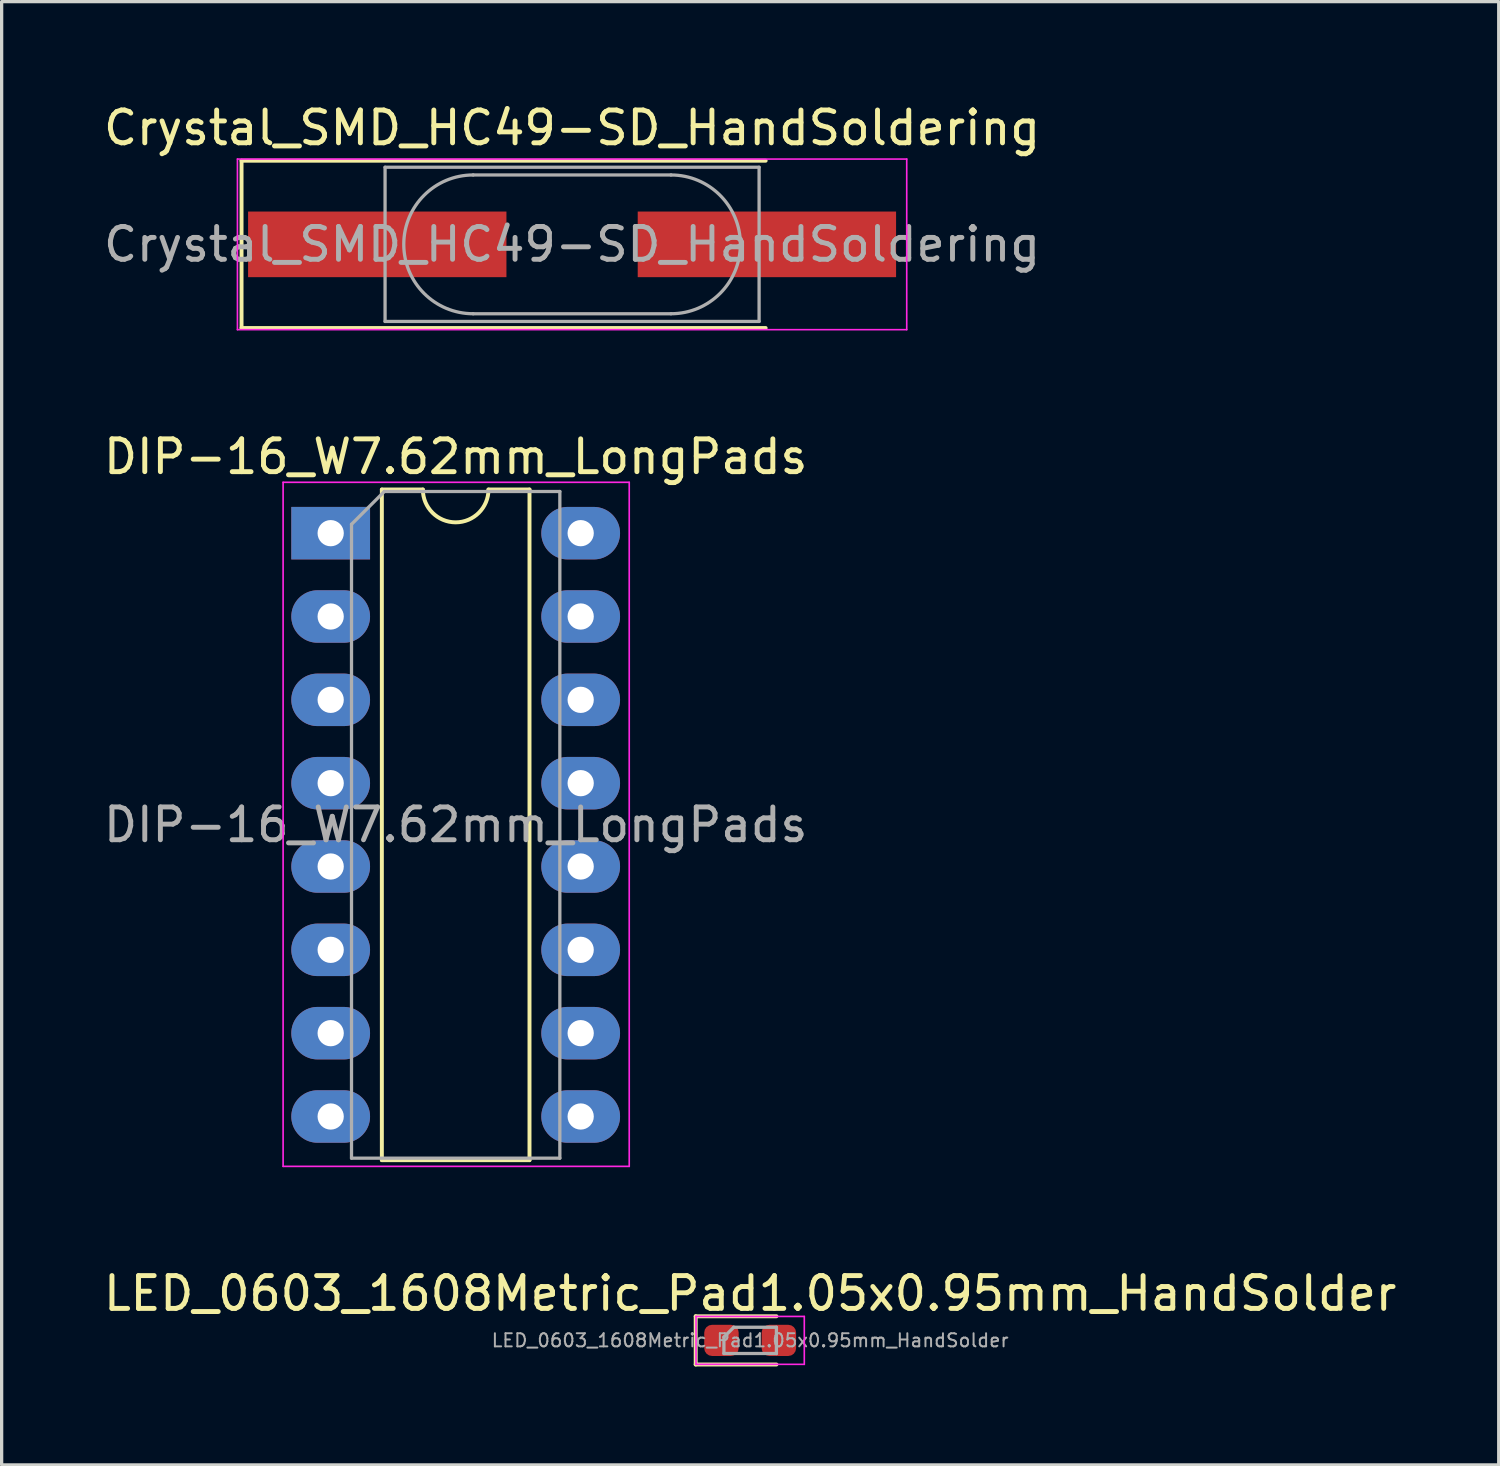
<source format=kicad_pcb>
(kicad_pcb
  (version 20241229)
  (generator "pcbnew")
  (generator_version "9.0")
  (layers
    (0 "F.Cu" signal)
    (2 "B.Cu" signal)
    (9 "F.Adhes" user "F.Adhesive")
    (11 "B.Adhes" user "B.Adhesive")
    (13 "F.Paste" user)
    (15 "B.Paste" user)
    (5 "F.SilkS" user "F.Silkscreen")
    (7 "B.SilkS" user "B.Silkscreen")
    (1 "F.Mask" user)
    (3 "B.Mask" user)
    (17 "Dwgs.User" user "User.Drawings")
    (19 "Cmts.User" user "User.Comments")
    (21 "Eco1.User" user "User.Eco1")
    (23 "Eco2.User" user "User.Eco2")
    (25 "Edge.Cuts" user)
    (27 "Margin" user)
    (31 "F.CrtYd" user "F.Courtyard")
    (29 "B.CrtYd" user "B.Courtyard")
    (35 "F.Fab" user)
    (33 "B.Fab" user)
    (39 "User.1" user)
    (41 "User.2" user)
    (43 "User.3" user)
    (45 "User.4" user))
  (footprint "Crystal_SMD_HC49-SD_HandSoldering"
    (layer "F.Cu")
    (at 14.387 4.398)
    (property "Reference" "Crystal_SMD_HC49-SD_HandSoldering" (at 0 -3.55 0) (layer "F.SilkS") (effects (font (size 1 1) (thickness 0.15))))
    (attr smd)
    (fp_line (start -10.075 -2.55) (end -10.075 2.55) (stroke (width 0.12) (type solid)) (layer "F.SilkS"))
    (fp_line (start -10.075 2.55) (end 5.9 2.55) (stroke (width 0.12) (type solid)) (layer "F.SilkS"))
    (fp_line (start 5.9 -2.55) (end -10.075 -2.55) (stroke (width 0.12) (type solid)) (layer "F.SilkS"))
    (fp_line (start -10.2 -2.6) (end -10.2 2.6) (stroke (width 0.05) (type solid)) (layer "F.CrtYd"))
    (fp_line (start -10.2 2.6) (end 10.2 2.6) (stroke (width 0.05) (type solid)) (layer "F.CrtYd"))
    (fp_line (start 10.2 -2.6) (end -10.2 -2.6) (stroke (width 0.05) (type solid)) (layer "F.CrtYd"))
    (fp_line (start 10.2 2.6) (end 10.2 -2.6) (stroke (width 0.05) (type solid)) (layer "F.CrtYd"))
    (fp_line (start -5.7 -2.35) (end -5.7 2.35) (stroke (width 0.1) (type solid)) (layer "F.Fab"))
    (fp_line (start -5.7 2.35) (end 5.7 2.35) (stroke (width 0.1) (type solid)) (layer "F.Fab"))
    (fp_line (start -3.015 -2.115) (end 3.015 -2.115) (stroke (width 0.1) (type solid)) (layer "F.Fab"))
    (fp_line (start -3.015 2.115) (end 3.015 2.115) (stroke (width 0.1) (type solid)) (layer "F.Fab"))
    (fp_line (start 5.7 -2.35) (end -5.7 -2.35) (stroke (width 0.1) (type solid)) (layer "F.Fab"))
    (fp_line (start 5.7 2.35) (end 5.7 -2.35) (stroke (width 0.1) (type solid)) (layer "F.Fab"))
    (fp_arc (start -3.015 2.115) (mid -5.13 0) (end -3.015 -2.115) (stroke (width 0.1) (type solid)) (layer "F.Fab"))
    (fp_arc (start 3.015 -2.115) (mid 5.13 0) (end 3.015 2.115) (stroke (width 0.1) (type solid)) (layer "F.Fab"))
    (fp_text user "${REFERENCE}" (at 0 0 0) (layer "F.Fab") (effects (font (size 1 1) (thickness 0.15))))
    (pad "1" smd rect (at -5.938 0) (size 7.875 2) (layers "F.Cu" "F.Mask" "F.Paste"))
    (pad "2" smd rect (at 5.938 0) (size 7.875 2) (layers "F.Cu" "F.Mask" "F.Paste")))
  (footprint "LED_0603_1608Metric_Pad1.05x0.95mm_HandSolder"
    (layer "F.Cu")
    (at 19.815 37.805)
    (property "Reference" "LED_0603_1608Metric_Pad1.05x0.95mm_HandSolder" (at 0 -1.43 0) (layer "F.SilkS") (effects (font (size 1 1) (thickness 0.15))))
    (attr smd)
    (fp_line (start -1.66 -0.735) (end -1.66 0.735) (stroke (width 0.12) (type solid)) (layer "F.SilkS"))
    (fp_line (start -1.66 0.735) (end 0.8 0.735) (stroke (width 0.12) (type solid)) (layer "F.SilkS"))
    (fp_line (start 0.8 -0.735) (end -1.66 -0.735) (stroke (width 0.12) (type solid)) (layer "F.SilkS"))
    (fp_line (start -1.65 -0.73) (end 1.65 -0.73) (stroke (width 0.05) (type solid)) (layer "F.CrtYd"))
    (fp_line (start -1.65 0.73) (end -1.65 -0.73) (stroke (width 0.05) (type solid)) (layer "F.CrtYd"))
    (fp_line (start 1.65 -0.73) (end 1.65 0.73) (stroke (width 0.05) (type solid)) (layer "F.CrtYd"))
    (fp_line (start 1.65 0.73) (end -1.65 0.73) (stroke (width 0.05) (type solid)) (layer "F.CrtYd"))
    (fp_line (start -0.8 -0.1) (end -0.8 0.4) (stroke (width 0.1) (type solid)) (layer "F.Fab"))
    (fp_line (start -0.8 0.4) (end 0.8 0.4) (stroke (width 0.1) (type solid)) (layer "F.Fab"))
    (fp_line (start -0.5 -0.4) (end -0.8 -0.1) (stroke (width 0.1) (type solid)) (layer "F.Fab"))
    (fp_line (start 0.8 -0.4) (end -0.5 -0.4) (stroke (width 0.1) (type solid)) (layer "F.Fab"))
    (fp_line (start 0.8 0.4) (end 0.8 -0.4) (stroke (width 0.1) (type solid)) (layer "F.Fab"))
    (fp_text user "${REFERENCE}" (at 0 0 0) (layer "F.Fab") (effects (font (size 0.4 0.4) (thickness 0.06))))
    (pad "1" smd roundrect (at -0.875 0) (size 1.05 0.95) (layers "F.Cu" "F.Mask" "F.Paste") (roundrect_rratio 0.25))
    (pad "2" smd roundrect (at 0.875 0) (size 1.05 0.95) (layers "F.Cu" "F.Mask" "F.Paste") (roundrect_rratio 0.25)))
  (footprint "DIP-16_W7.62mm_LongPads"
    (layer "F.Cu")
    (at 7.029 13.201)
    (property "Reference" "DIP-16_W7.62mm_LongPads" (at 3.81 -2.33 0) (layer "F.SilkS") (effects (font (size 1 1) (thickness 0.15))))
    (attr through_hole)
    (fp_line (start 1.56 -1.33) (end 1.56 19.11) (stroke (width 0.12) (type solid)) (layer "F.SilkS"))
    (fp_line (start 1.56 19.11) (end 6.06 19.11) (stroke (width 0.12) (type solid)) (layer "F.SilkS"))
    (fp_line (start 2.81 -1.33) (end 1.56 -1.33) (stroke (width 0.12) (type solid)) (layer "F.SilkS"))
    (fp_line (start 6.06 -1.33) (end 4.81 -1.33) (stroke (width 0.12) (type solid)) (layer "F.SilkS"))
    (fp_line (start 6.06 19.11) (end 6.06 -1.33) (stroke (width 0.12) (type solid)) (layer "F.SilkS"))
    (fp_arc (start 4.81 -1.33) (mid 3.81 -0.33) (end 2.81 -1.33) (stroke (width 0.12) (type solid)) (layer "F.SilkS"))
    (fp_line (start -1.45 -1.55) (end -1.45 19.3) (stroke (width 0.05) (type solid)) (layer "F.CrtYd"))
    (fp_line (start -1.45 19.3) (end 9.1 19.3) (stroke (width 0.05) (type solid)) (layer "F.CrtYd"))
    (fp_line (start 9.1 -1.55) (end -1.45 -1.55) (stroke (width 0.05) (type solid)) (layer "F.CrtYd"))
    (fp_line (start 9.1 19.3) (end 9.1 -1.55) (stroke (width 0.05) (type solid)) (layer "F.CrtYd"))
    (fp_line (start 0.635 -0.27) (end 1.635 -1.27) (stroke (width 0.1) (type solid)) (layer "F.Fab"))
    (fp_line (start 0.635 19.05) (end 0.635 -0.27) (stroke (width 0.1) (type solid)) (layer "F.Fab"))
    (fp_line (start 1.635 -1.27) (end 6.985 -1.27) (stroke (width 0.1) (type solid)) (layer "F.Fab"))
    (fp_line (start 6.985 -1.27) (end 6.985 19.05) (stroke (width 0.1) (type solid)) (layer "F.Fab"))
    (fp_line (start 6.985 19.05) (end 0.635 19.05) (stroke (width 0.1) (type solid)) (layer "F.Fab"))
    (fp_text user "${REFERENCE}" (at 3.81 8.89 0) (layer "F.Fab") (effects (font (size 1 1) (thickness 0.15))))
    (pad "1" thru_hole rect (at 0 0) (size 2.4 1.6) (drill 0.8) (layers "*.Cu" "*.Mask"))
    (pad "2" thru_hole oval (at 0 2.54) (size 2.4 1.6) (drill 0.8) (layers "*.Cu" "*.Mask"))
    (pad "3" thru_hole oval (at 0 5.08) (size 2.4 1.6) (drill 0.8) (layers "*.Cu" "*.Mask"))
    (pad "4" thru_hole oval (at 0 7.62) (size 2.4 1.6) (drill 0.8) (layers "*.Cu" "*.Mask"))
    (pad "5" thru_hole oval (at 0 10.16) (size 2.4 1.6) (drill 0.8) (layers "*.Cu" "*.Mask"))
    (pad "6" thru_hole oval (at 0 12.7) (size 2.4 1.6) (drill 0.8) (layers "*.Cu" "*.Mask"))
    (pad "7" thru_hole oval (at 0 15.24) (size 2.4 1.6) (drill 0.8) (layers "*.Cu" "*.Mask"))
    (pad "8" thru_hole oval (at 0 17.78) (size 2.4 1.6) (drill 0.8) (layers "*.Cu" "*.Mask"))
    (pad "9" thru_hole oval (at 7.62 17.78) (size 2.4 1.6) (drill 0.8) (layers "*.Cu" "*.Mask"))
    (pad "10" thru_hole oval (at 7.62 15.24) (size 2.4 1.6) (drill 0.8) (layers "*.Cu" "*.Mask"))
    (pad "11" thru_hole oval (at 7.62 12.7) (size 2.4 1.6) (drill 0.8) (layers "*.Cu" "*.Mask"))
    (pad "12" thru_hole oval (at 7.62 10.16) (size 2.4 1.6) (drill 0.8) (layers "*.Cu" "*.Mask"))
    (pad "13" thru_hole oval (at 7.62 7.62) (size 2.4 1.6) (drill 0.8) (layers "*.Cu" "*.Mask"))
    (pad "14" thru_hole oval (at 7.62 5.08) (size 2.4 1.6) (drill 0.8) (layers "*.Cu" "*.Mask"))
    (pad "15" thru_hole oval (at 7.62 2.54) (size 2.4 1.6) (drill 0.8) (layers "*.Cu" "*.Mask"))
    (pad "16" thru_hole oval (at 7.62 0) (size 2.4 1.6) (drill 0.8) (layers "*.Cu" "*.Mask")))
  (gr_rect
    (start -3 -3)
    (end 42.631 41.6)
    (stroke (width 0.1) (type default))
    (fill no)
    (layer "Edge.Cuts")))
</source>
